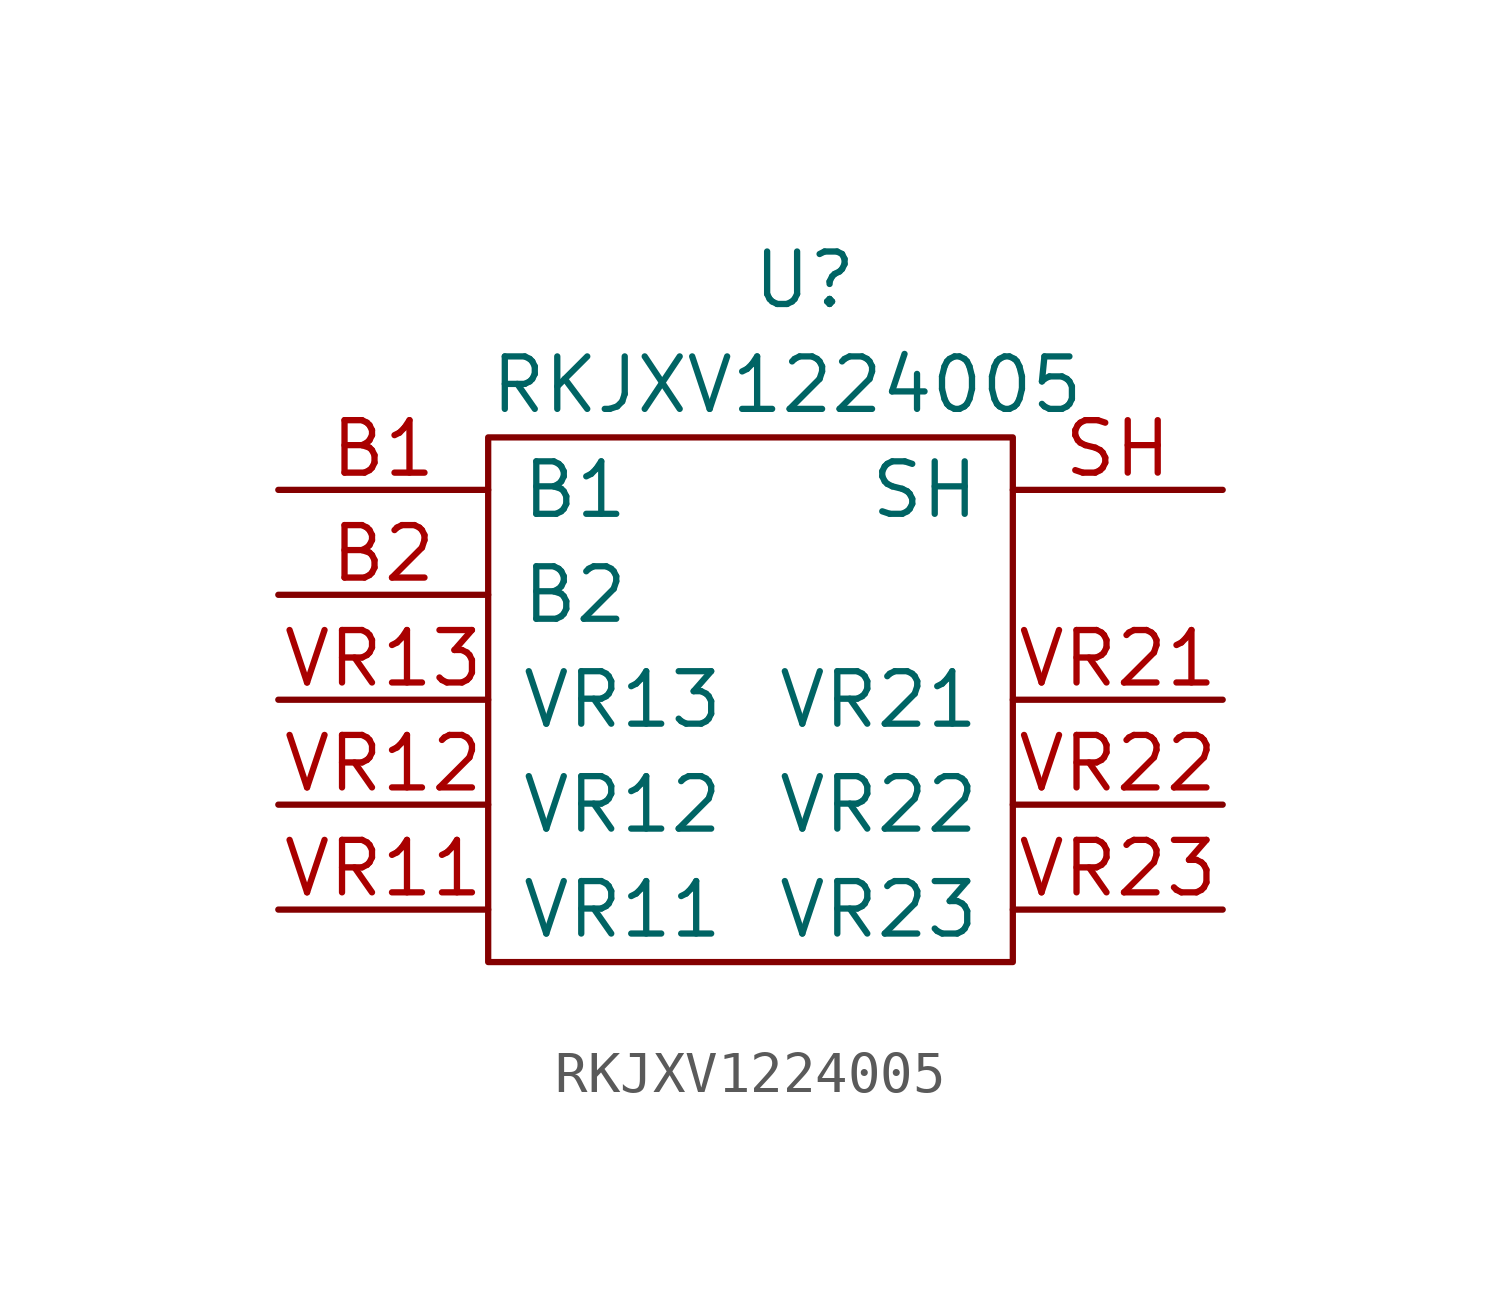
<source format=kicad_sym>
(kicad_symbol_lib
  (version 20220914)
  (generator kicad_symbol_editor)
  (symbol "RKJXV1224005"
    (pin_names
      (offset 0.762))
    (property "Reference" "U"
      (at 0 10.16 0)
      (effects (font (size 1.27 1.27)) (justify left)))
    (property "Value" "RKJXV1224005"
      (at -6.35 7.62 0)
      (effects (font (size 1.27 1.27)) (justify left)))
    (symbol "RKJXV1224005_0_0"
      (pin passive line (at -11.43 -5.08 0) (length 5.08) (name "VR11" (effects (font (size 1.27 1.27)))) (number "VR11" (effects (font (size 1.27 1.27)))))
      (pin passive line (at -11.43 -2.54 0) (length 5.08) (name "VR12" (effects (font (size 1.27 1.27)))) (number "VR12" (effects (font (size 1.27 1.27)))))
      (pin passive line (at -11.43 0 0) (length 5.08) (name "VR13" (effects (font (size 1.27 1.27)))) (number "VR13" (effects (font (size 1.27 1.27)))))
      (pin passive line (at 11.43 0 180) (length 5.08) (name "VR21" (effects (font (size 1.27 1.27)))) (number "VR21" (effects (font (size 1.27 1.27)))))
      (pin passive line (at 11.43 -2.54 180) (length 5.08) (name "VR22" (effects (font (size 1.27 1.27)))) (number "VR22" (effects (font (size 1.27 1.27)))))
      (pin passive line (at 11.43 -5.08 180) (length 5.08) (name "VR23" (effects (font (size 1.27 1.27)))) (number "VR23" (effects (font (size 1.27 1.27))))))
    (symbol "RKJXV1224005_0_1"
      (polyline (pts (xy -6.35 6.35) (xy 6.35 6.35) (xy 6.35 -6.35) (xy -6.35 -6.35) (xy -6.35 6.35)) (stroke (width 0.152) (type solid)) (fill (type none))))
    (symbol "RKJXV1224005_1_0"
      (pin passive line (at -11.43 5.08 0) (length 5.08) (name "B1" (effects (font (size 1.27 1.27)))) (number "B1" (effects (font (size 1.27 1.27)))))
      (pin passive line (at -11.43 2.54 0) (length 5.08) (name "B2" (effects (font (size 1.27 1.27)))) (number "B2" (effects (font (size 1.27 1.27)))))
      (pin passive line (at 11.43 5.08 180) (length 5.08) (name "SH" (effects (font (size 1.27 1.27)))) (number "SH" (effects (font (size 1.27 1.27))))))))
</source>
